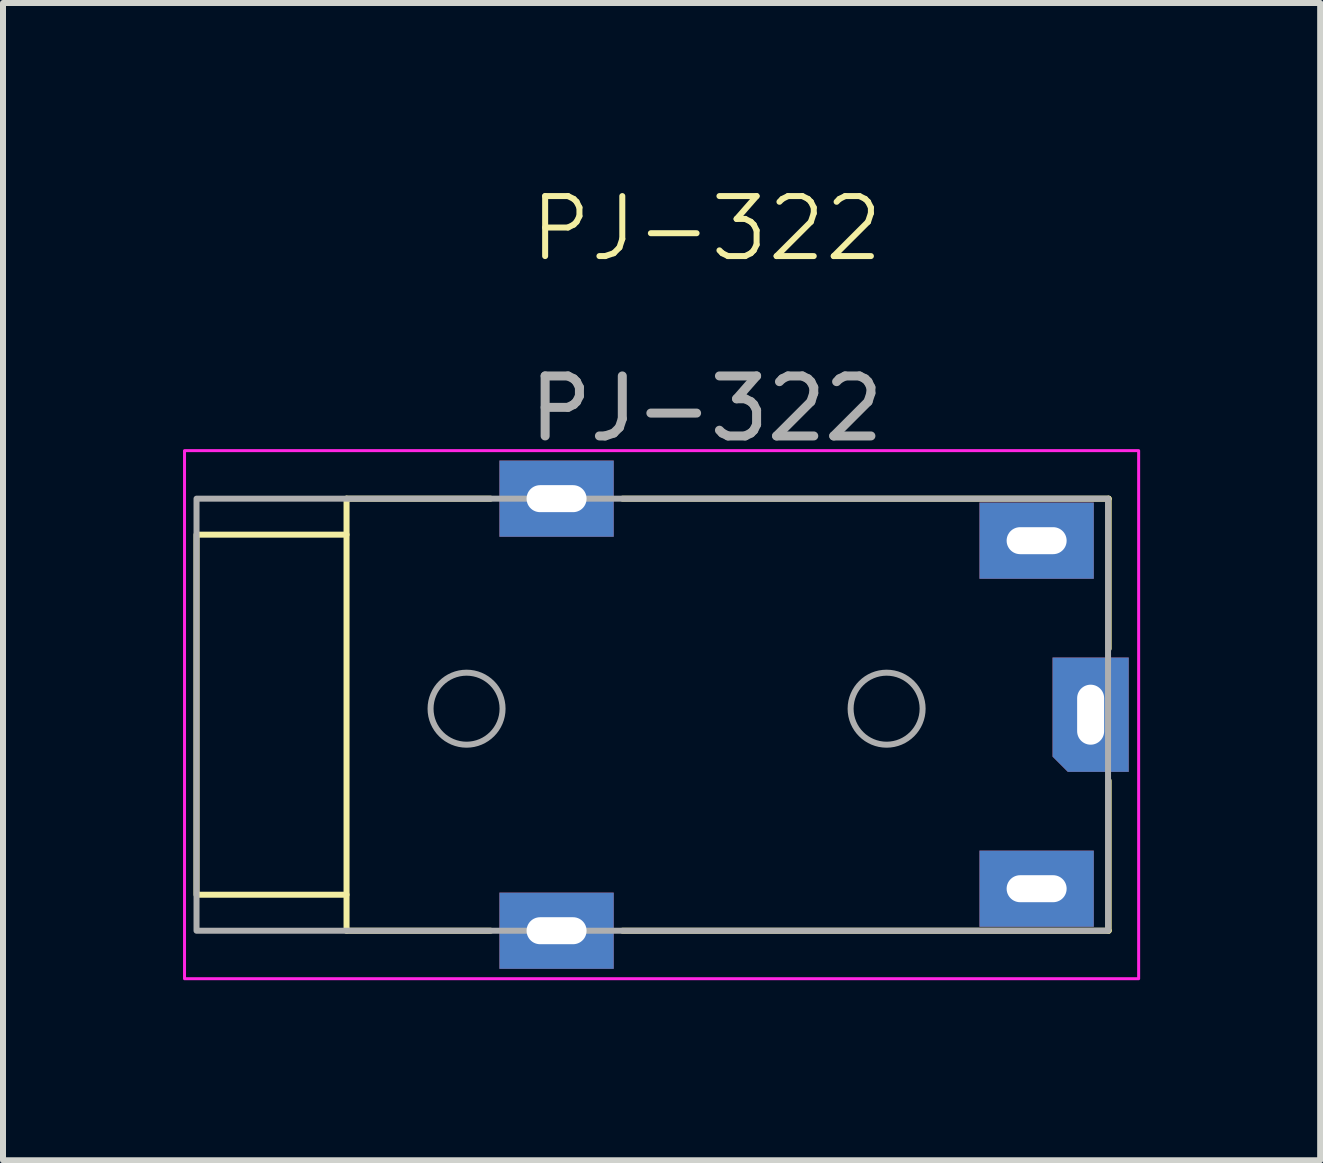
<source format=kicad_pcb>
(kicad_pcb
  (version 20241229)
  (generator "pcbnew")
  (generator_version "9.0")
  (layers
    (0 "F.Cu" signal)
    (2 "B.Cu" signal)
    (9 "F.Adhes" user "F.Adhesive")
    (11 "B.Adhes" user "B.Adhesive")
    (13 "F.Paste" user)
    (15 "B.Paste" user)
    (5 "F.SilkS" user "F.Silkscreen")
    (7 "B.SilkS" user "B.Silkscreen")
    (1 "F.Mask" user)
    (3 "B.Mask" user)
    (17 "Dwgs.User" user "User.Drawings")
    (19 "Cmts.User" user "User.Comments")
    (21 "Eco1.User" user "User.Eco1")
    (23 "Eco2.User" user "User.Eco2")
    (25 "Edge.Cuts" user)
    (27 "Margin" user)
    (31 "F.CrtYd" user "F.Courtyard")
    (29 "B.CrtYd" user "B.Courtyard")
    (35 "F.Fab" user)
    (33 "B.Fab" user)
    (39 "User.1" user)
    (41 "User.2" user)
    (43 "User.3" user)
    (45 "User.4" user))
  (footprint "PJ-322"
    (layer "F.Cu")
    (at 8.725 1.26)
    (property "Reference" "PJ-322" (at 0 -0.5 0) (unlocked yes) (layer "F.SilkS") (effects (font (size 1 1) (thickness 0.1))))
    (attr through_hole)
    (fp_line (start -6 4) (end -3.6 4) (stroke (width 0.1) (type default)) (layer "F.SilkS"))
    (fp_line (start -6 4.6) (end -6 4) (stroke (width 0.1) (type default)) (layer "F.SilkS"))
    (fp_line (start -6 11.2) (end -6 10.6) (stroke (width 0.1) (type default)) (layer "F.SilkS"))
    (fp_line (start -3.6 11.2) (end -6 11.2) (stroke (width 0.1) (type default)) (layer "F.SilkS"))
    (fp_line (start -1.4 4) (end 6.7 4) (stroke (width 0.1) (type default)) (layer "F.SilkS"))
    (fp_line (start 6.7 4) (end 6.7 6.5) (stroke (width 0.1) (type default)) (layer "F.SilkS"))
    (fp_line (start 6.7 8.7) (end 6.7 11.2) (stroke (width 0.1) (type default)) (layer "F.SilkS"))
    (fp_line (start 6.7 11.2) (end -1.4 11.2) (stroke (width 0.1) (type default)) (layer "F.SilkS"))
    (fp_rect (start -8.5 4.6) (end -6 10.6) (stroke (width 0.1) (type solid)) (fill no) (layer "F.SilkS"))
    (fp_rect (start -8.7 3.2) (end 7.2 12) (stroke (width 0.05) (type default)) (fill no) (layer "F.CrtYd"))
    (fp_rect (start -8.5 4) (end 6.69 11.2) (stroke (width 0.1) (type solid)) (fill no) (layer "F.Fab"))
    (fp_circle (center -4 7.5) (end -4 8.1) (stroke (width 0.1) (type default)) (fill no) (layer "F.Fab"))
    (fp_circle (center 3 7.5) (end 3 8.1) (stroke (width 0.1) (type default)) (fill no) (layer "F.Fab"))
    (fp_text user "${REFERENCE}" (at 0 2.5 0) (unlocked yes) (layer "F.Fab") (effects (font (size 1 1) (thickness 0.15))))
    (pad "1" thru_hole roundrect (at 6.4 7.6 90) (size 1.905 1.27) (drill oval 1 0.45) (layers "*.Cu" "*.Mask") (roundrect_rratio 0) (chamfer_ratio 0.2) (chamfer top_left))
    (pad "2" thru_hole rect (at 5.5 4.7) (size 1.905 1.27) (drill oval 1 0.45) (layers "*.Cu" "*.Mask"))
    (pad "3" thru_hole rect (at -2.5 4) (size 1.905 1.27) (drill oval 1 0.45) (layers "*.Cu" "*.Mask"))
    (pad "3" thru_hole rect (at -2.5 11.2) (size 1.905 1.27) (drill oval 1 0.45) (layers "*.Cu" "*.Mask"))
    (pad "4" thru_hole rect (at 5.5 10.5) (size 1.905 1.27) (drill oval 1 0.45) (layers "*.Cu" "*.Mask")))
  (gr_rect
    (start -3 -3)
    (end 18.95 16.285)
    (stroke (width 0.1) (type default))
    (fill no)
    (layer "Edge.Cuts")))
</source>
